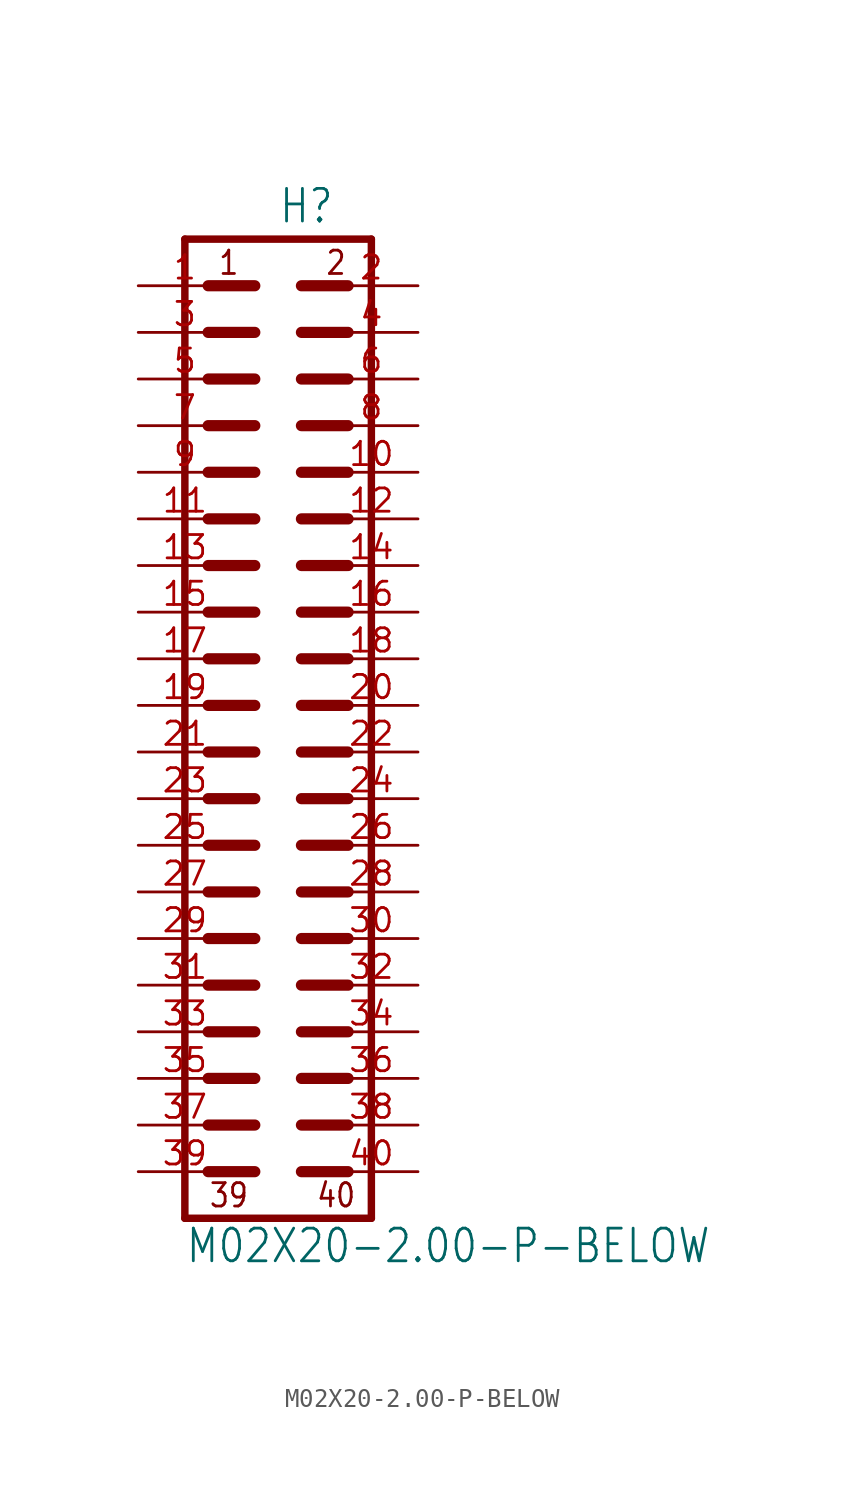
<source format=kicad_sym>
(kicad_symbol_lib
  (version 20211014)
  (generator kicad_symbol_editor)
  (symbol "M02X20-2.00-P-BELOW"
    (property "Reference" "H"
      (at 0 26.162 0)
      (effects (font (size 1.778 1.511)) (justify left bottom)))
    (property "Value" "M02X20-2.00-P-BELOW"
      (at -5.08 -30.48 0)
      (effects (font (size 1.778 1.511)) (justify left bottom)))
    (property "ki_locked" ""
      (at 0 0 0)
      (effects (font (size 1.27 1.27))))
    (symbol "M02X20-2.00-P-BELOW_1_0"
      (polyline (pts (xy -5.08 -27.94) (xy -5.08 25.4)) (stroke (width 0.406) (type default) (color 0 0 0 0)) (fill (type none)))
      (polyline (pts (xy -5.08 25.4) (xy 5.08 25.4)) (stroke (width 0.406) (type default) (color 0 0 0 0)) (fill (type none)))
      (polyline (pts (xy -3.81 -25.4) (xy -1.27 -25.4)) (stroke (width 0.61) (type default) (color 0 0 0 0)) (fill (type none)))
      (polyline (pts (xy -3.81 -22.86) (xy -1.27 -22.86)) (stroke (width 0.61) (type default) (color 0 0 0 0)) (fill (type none)))
      (polyline (pts (xy -3.81 -20.32) (xy -1.27 -20.32)) (stroke (width 0.61) (type default) (color 0 0 0 0)) (fill (type none)))
      (polyline (pts (xy -3.81 -17.78) (xy -1.27 -17.78)) (stroke (width 0.61) (type default) (color 0 0 0 0)) (fill (type none)))
      (polyline (pts (xy -3.81 -15.24) (xy -1.27 -15.24)) (stroke (width 0.61) (type default) (color 0 0 0 0)) (fill (type none)))
      (polyline (pts (xy -3.81 -12.7) (xy -1.27 -12.7)) (stroke (width 0.61) (type default) (color 0 0 0 0)) (fill (type none)))
      (polyline (pts (xy -3.81 -10.16) (xy -1.27 -10.16)) (stroke (width 0.61) (type default) (color 0 0 0 0)) (fill (type none)))
      (polyline (pts (xy -3.81 -7.62) (xy -1.27 -7.62)) (stroke (width 0.61) (type default) (color 0 0 0 0)) (fill (type none)))
      (polyline (pts (xy -3.81 -5.08) (xy -1.27 -5.08)) (stroke (width 0.61) (type default) (color 0 0 0 0)) (fill (type none)))
      (polyline (pts (xy -3.81 -2.54) (xy -1.27 -2.54)) (stroke (width 0.61) (type default) (color 0 0 0 0)) (fill (type none)))
      (polyline (pts (xy -3.81 0) (xy -1.27 0)) (stroke (width 0.61) (type default) (color 0 0 0 0)) (fill (type none)))
      (polyline (pts (xy -3.81 2.54) (xy -1.27 2.54)) (stroke (width 0.61) (type default) (color 0 0 0 0)) (fill (type none)))
      (polyline (pts (xy -3.81 5.08) (xy -1.27 5.08)) (stroke (width 0.61) (type default) (color 0 0 0 0)) (fill (type none)))
      (polyline (pts (xy -3.81 7.62) (xy -1.27 7.62)) (stroke (width 0.61) (type default) (color 0 0 0 0)) (fill (type none)))
      (polyline (pts (xy -3.81 10.16) (xy -1.27 10.16)) (stroke (width 0.61) (type default) (color 0 0 0 0)) (fill (type none)))
      (polyline (pts (xy -3.81 12.7) (xy -1.27 12.7)) (stroke (width 0.61) (type default) (color 0 0 0 0)) (fill (type none)))
      (polyline (pts (xy -3.81 15.24) (xy -1.27 15.24)) (stroke (width 0.61) (type default) (color 0 0 0 0)) (fill (type none)))
      (polyline (pts (xy -3.81 17.78) (xy -1.27 17.78)) (stroke (width 0.61) (type default) (color 0 0 0 0)) (fill (type none)))
      (polyline (pts (xy -3.81 20.32) (xy -1.27 20.32)) (stroke (width 0.61) (type default) (color 0 0 0 0)) (fill (type none)))
      (polyline (pts (xy -3.81 22.86) (xy -1.27 22.86)) (stroke (width 0.61) (type default) (color 0 0 0 0)) (fill (type none)))
      (polyline (pts (xy 1.27 -25.4) (xy 3.81 -25.4)) (stroke (width 0.61) (type default) (color 0 0 0 0)) (fill (type none)))
      (polyline (pts (xy 1.27 -22.86) (xy 3.81 -22.86)) (stroke (width 0.61) (type default) (color 0 0 0 0)) (fill (type none)))
      (polyline (pts (xy 1.27 -20.32) (xy 3.81 -20.32)) (stroke (width 0.61) (type default) (color 0 0 0 0)) (fill (type none)))
      (polyline (pts (xy 1.27 -17.78) (xy 3.81 -17.78)) (stroke (width 0.61) (type default) (color 0 0 0 0)) (fill (type none)))
      (polyline (pts (xy 1.27 -15.24) (xy 3.81 -15.24)) (stroke (width 0.61) (type default) (color 0 0 0 0)) (fill (type none)))
      (polyline (pts (xy 1.27 -12.7) (xy 3.81 -12.7)) (stroke (width 0.61) (type default) (color 0 0 0 0)) (fill (type none)))
      (polyline (pts (xy 1.27 -10.16) (xy 3.81 -10.16)) (stroke (width 0.61) (type default) (color 0 0 0 0)) (fill (type none)))
      (polyline (pts (xy 1.27 -7.62) (xy 3.81 -7.62)) (stroke (width 0.61) (type default) (color 0 0 0 0)) (fill (type none)))
      (polyline (pts (xy 1.27 -5.08) (xy 3.81 -5.08)) (stroke (width 0.61) (type default) (color 0 0 0 0)) (fill (type none)))
      (polyline (pts (xy 1.27 -2.54) (xy 3.81 -2.54)) (stroke (width 0.61) (type default) (color 0 0 0 0)) (fill (type none)))
      (polyline (pts (xy 1.27 0) (xy 3.81 0)) (stroke (width 0.61) (type default) (color 0 0 0 0)) (fill (type none)))
      (polyline (pts (xy 1.27 2.54) (xy 3.81 2.54)) (stroke (width 0.61) (type default) (color 0 0 0 0)) (fill (type none)))
      (polyline (pts (xy 1.27 5.08) (xy 3.81 5.08)) (stroke (width 0.61) (type default) (color 0 0 0 0)) (fill (type none)))
      (polyline (pts (xy 1.27 7.62) (xy 3.81 7.62)) (stroke (width 0.61) (type default) (color 0 0 0 0)) (fill (type none)))
      (polyline (pts (xy 1.27 10.16) (xy 3.81 10.16)) (stroke (width 0.61) (type default) (color 0 0 0 0)) (fill (type none)))
      (polyline (pts (xy 1.27 12.7) (xy 3.81 12.7)) (stroke (width 0.61) (type default) (color 0 0 0 0)) (fill (type none)))
      (polyline (pts (xy 1.27 15.24) (xy 3.81 15.24)) (stroke (width 0.61) (type default) (color 0 0 0 0)) (fill (type none)))
      (polyline (pts (xy 1.27 17.78) (xy 3.81 17.78)) (stroke (width 0.61) (type default) (color 0 0 0 0)) (fill (type none)))
      (polyline (pts (xy 1.27 20.32) (xy 3.81 20.32)) (stroke (width 0.61) (type default) (color 0 0 0 0)) (fill (type none)))
      (polyline (pts (xy 1.27 22.86) (xy 3.81 22.86)) (stroke (width 0.61) (type default) (color 0 0 0 0)) (fill (type none)))
      (polyline (pts (xy 5.08 -27.94) (xy -5.08 -27.94)) (stroke (width 0.406) (type default) (color 0 0 0 0)) (fill (type none)))
      (polyline (pts (xy 5.08 -27.94) (xy 5.08 25.4)) (stroke (width 0.406) (type default) (color 0 0 0 0)) (fill (type none)))
      (text "1" (at -3.302 23.368 0) (effects (font (size 1.27 1.079)) (justify left bottom)))
      (text "2" (at 2.54 23.368 0) (effects (font (size 1.27 1.079)) (justify left bottom)))
      (text "39" (at -3.81 -27.432 0) (effects (font (size 1.27 1.079)) (justify left bottom)))
      (text "40" (at 2.032 -27.432 0) (effects (font (size 1.27 1.079)) (justify left bottom)))
      (pin passive line (at -7.62 22.86 0) (length 5.08) (name "1" (effects (font (size 0 0)))) (number "1" (effects (font (size 1.27 1.27)))))
      (pin passive line (at 7.62 12.7 180) (length 5.08) (name "10" (effects (font (size 0 0)))) (number "10" (effects (font (size 1.27 1.27)))))
      (pin passive line (at -7.62 10.16 0) (length 5.08) (name "11" (effects (font (size 0 0)))) (number "11" (effects (font (size 1.27 1.27)))))
      (pin passive line (at 7.62 10.16 180) (length 5.08) (name "12" (effects (font (size 0 0)))) (number "12" (effects (font (size 1.27 1.27)))))
      (pin passive line (at -7.62 7.62 0) (length 5.08) (name "13" (effects (font (size 0 0)))) (number "13" (effects (font (size 1.27 1.27)))))
      (pin passive line (at 7.62 7.62 180) (length 5.08) (name "14" (effects (font (size 0 0)))) (number "14" (effects (font (size 1.27 1.27)))))
      (pin passive line (at -7.62 5.08 0) (length 5.08) (name "15" (effects (font (size 0 0)))) (number "15" (effects (font (size 1.27 1.27)))))
      (pin passive line (at 7.62 5.08 180) (length 5.08) (name "16" (effects (font (size 0 0)))) (number "16" (effects (font (size 1.27 1.27)))))
      (pin passive line (at -7.62 2.54 0) (length 5.08) (name "17" (effects (font (size 0 0)))) (number "17" (effects (font (size 1.27 1.27)))))
      (pin passive line (at 7.62 2.54 180) (length 5.08) (name "18" (effects (font (size 0 0)))) (number "18" (effects (font (size 1.27 1.27)))))
      (pin passive line (at -7.62 0 0) (length 5.08) (name "19" (effects (font (size 0 0)))) (number "19" (effects (font (size 1.27 1.27)))))
      (pin passive line (at 7.62 22.86 180) (length 5.08) (name "2" (effects (font (size 0 0)))) (number "2" (effects (font (size 1.27 1.27)))))
      (pin passive line (at 7.62 0 180) (length 5.08) (name "20" (effects (font (size 0 0)))) (number "20" (effects (font (size 1.27 1.27)))))
      (pin passive line (at -7.62 -2.54 0) (length 5.08) (name "21" (effects (font (size 0 0)))) (number "21" (effects (font (size 1.27 1.27)))))
      (pin passive line (at 7.62 -2.54 180) (length 5.08) (name "22" (effects (font (size 0 0)))) (number "22" (effects (font (size 1.27 1.27)))))
      (pin passive line (at -7.62 -5.08 0) (length 5.08) (name "23" (effects (font (size 0 0)))) (number "23" (effects (font (size 1.27 1.27)))))
      (pin passive line (at 7.62 -5.08 180) (length 5.08) (name "24" (effects (font (size 0 0)))) (number "24" (effects (font (size 1.27 1.27)))))
      (pin passive line (at -7.62 -7.62 0) (length 5.08) (name "25" (effects (font (size 0 0)))) (number "25" (effects (font (size 1.27 1.27)))))
      (pin passive line (at 7.62 -7.62 180) (length 5.08) (name "26" (effects (font (size 0 0)))) (number "26" (effects (font (size 1.27 1.27)))))
      (pin passive line (at -7.62 -10.16 0) (length 5.08) (name "27" (effects (font (size 0 0)))) (number "27" (effects (font (size 1.27 1.27)))))
      (pin passive line (at 7.62 -10.16 180) (length 5.08) (name "28" (effects (font (size 0 0)))) (number "28" (effects (font (size 1.27 1.27)))))
      (pin passive line (at -7.62 -12.7 0) (length 5.08) (name "29" (effects (font (size 0 0)))) (number "29" (effects (font (size 1.27 1.27)))))
      (pin passive line (at -7.62 20.32 0) (length 5.08) (name "3" (effects (font (size 0 0)))) (number "3" (effects (font (size 1.27 1.27)))))
      (pin passive line (at 7.62 -12.7 180) (length 5.08) (name "30" (effects (font (size 0 0)))) (number "30" (effects (font (size 1.27 1.27)))))
      (pin passive line (at -7.62 -15.24 0) (length 5.08) (name "31" (effects (font (size 0 0)))) (number "31" (effects (font (size 1.27 1.27)))))
      (pin passive line (at 7.62 -15.24 180) (length 5.08) (name "32" (effects (font (size 0 0)))) (number "32" (effects (font (size 1.27 1.27)))))
      (pin passive line (at -7.62 -17.78 0) (length 5.08) (name "33" (effects (font (size 0 0)))) (number "33" (effects (font (size 1.27 1.27)))))
      (pin passive line (at 7.62 -17.78 180) (length 5.08) (name "34" (effects (font (size 0 0)))) (number "34" (effects (font (size 1.27 1.27)))))
      (pin passive line (at -7.62 -20.32 0) (length 5.08) (name "35" (effects (font (size 0 0)))) (number "35" (effects (font (size 1.27 1.27)))))
      (pin passive line (at 7.62 -20.32 180) (length 5.08) (name "36" (effects (font (size 0 0)))) (number "36" (effects (font (size 1.27 1.27)))))
      (pin passive line (at -7.62 -22.86 0) (length 5.08) (name "37" (effects (font (size 0 0)))) (number "37" (effects (font (size 1.27 1.27)))))
      (pin passive line (at 7.62 -22.86 180) (length 5.08) (name "38" (effects (font (size 0 0)))) (number "38" (effects (font (size 1.27 1.27)))))
      (pin passive line (at -7.62 -25.4 0) (length 5.08) (name "39" (effects (font (size 0 0)))) (number "39" (effects (font (size 1.27 1.27)))))
      (pin passive line (at 7.62 20.32 180) (length 5.08) (name "4" (effects (font (size 0 0)))) (number "4" (effects (font (size 1.27 1.27)))))
      (pin passive line (at 7.62 -25.4 180) (length 5.08) (name "40" (effects (font (size 0 0)))) (number "40" (effects (font (size 1.27 1.27)))))
      (pin passive line (at -7.62 17.78 0) (length 5.08) (name "5" (effects (font (size 0 0)))) (number "5" (effects (font (size 1.27 1.27)))))
      (pin passive line (at 7.62 17.78 180) (length 5.08) (name "6" (effects (font (size 0 0)))) (number "6" (effects (font (size 1.27 1.27)))))
      (pin passive line (at -7.62 15.24 0) (length 5.08) (name "7" (effects (font (size 0 0)))) (number "7" (effects (font (size 1.27 1.27)))))
      (pin passive line (at 7.62 15.24 180) (length 5.08) (name "8" (effects (font (size 0 0)))) (number "8" (effects (font (size 1.27 1.27)))))
      (pin passive line (at -7.62 12.7 0) (length 5.08) (name "9" (effects (font (size 0 0)))) (number "9" (effects (font (size 1.27 1.27))))))))
</source>
